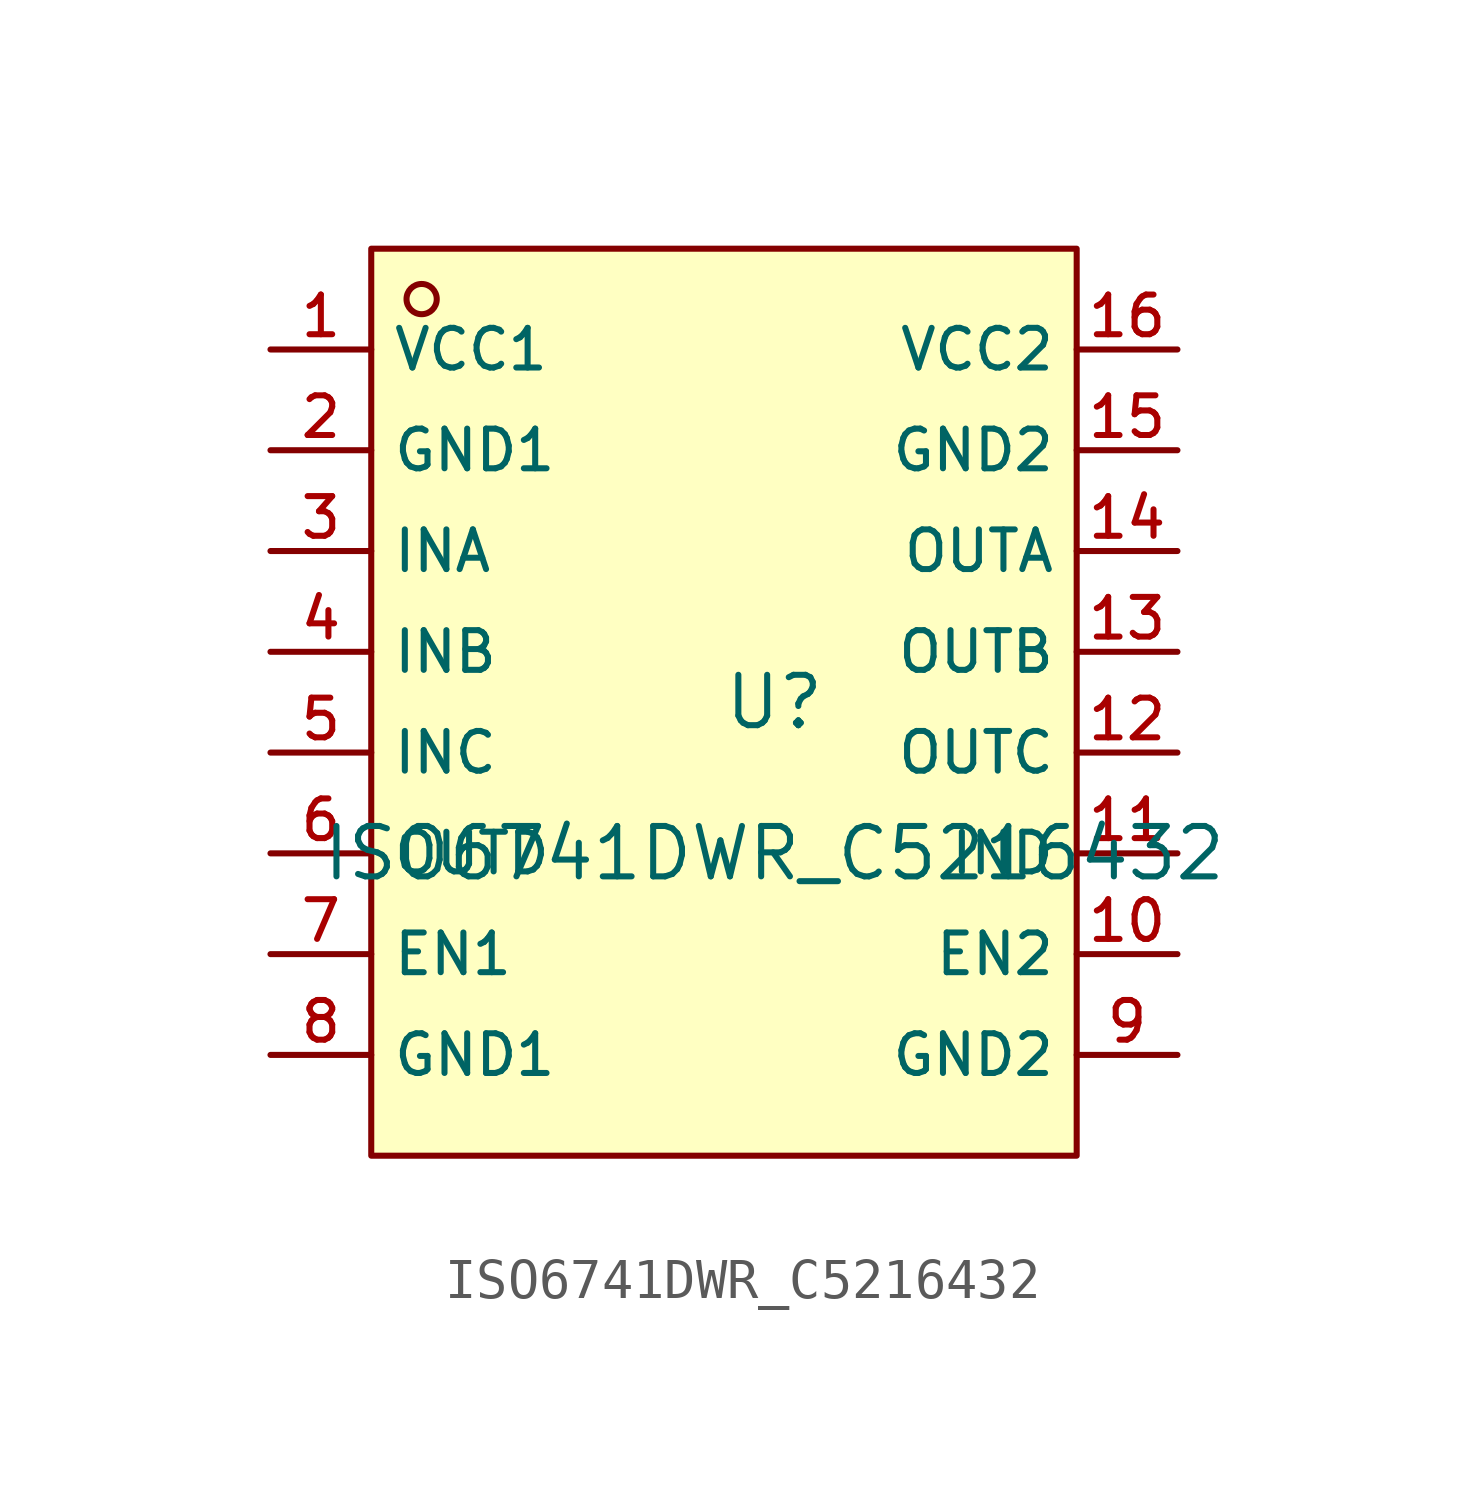
<source format=kicad_sym>
(kicad_symbol_lib
  (version 20210201)
  (generator TousstNicolas/JLC2KiCad_lib)
  (symbol "ISO6741DWR_C5216432"
    (property "Reference" "U"
      (at 0 1.27 0)
      (effects (font (size 1.27 1.27))))
    (property "Value" "ISO6741DWR_C5216432"
      (at 0 -2.54 0)
      (effects (font (size 1.27 1.27))))
    (symbol "ISO6741DWR_C5216432_0_1"
      (pin unspecified line (at 10.16 10.16 180) (length 2.54) (name "VCC2" (effects (font (size 1 1)))) (number "16" (effects (font (size 1 1)))))
      (pin unspecified line (at 10.16 7.62 180) (length 2.54) (name "GND2" (effects (font (size 1 1)))) (number "15" (effects (font (size 1 1)))))
      (pin unspecified line (at 10.16 5.08 180) (length 2.54) (name "OUTA" (effects (font (size 1 1)))) (number "14" (effects (font (size 1 1)))))
      (pin unspecified line (at 10.16 2.54 180) (length 2.54) (name "OUTB" (effects (font (size 1 1)))) (number "13" (effects (font (size 1 1)))))
      (pin unspecified line (at 10.16 -0.0 180) (length 2.54) (name "OUTC" (effects (font (size 1 1)))) (number "12" (effects (font (size 1 1)))))
      (pin unspecified line (at 10.16 -2.54 180) (length 2.54) (name "IND" (effects (font (size 1 1)))) (number "11" (effects (font (size 1 1)))))
      (pin unspecified line (at 10.16 -5.08 180) (length 2.54) (name "EN2" (effects (font (size 1 1)))) (number "10" (effects (font (size 1 1)))))
      (pin unspecified line (at 10.16 -7.62 180) (length 2.54) (name "GND2" (effects (font (size 1 1)))) (number "9" (effects (font (size 1 1)))))
      (pin unspecified line (at -12.7 -7.62 0) (length 2.54) (name "GND1" (effects (font (size 1 1)))) (number "8" (effects (font (size 1 1)))))
      (pin unspecified line (at -12.7 -5.08 0) (length 2.54) (name "EN1" (effects (font (size 1 1)))) (number "7" (effects (font (size 1 1)))))
      (pin unspecified line (at -12.7 -2.54 0) (length 2.54) (name "OUTD" (effects (font (size 1 1)))) (number "6" (effects (font (size 1 1)))))
      (pin unspecified line (at -12.7 -0.0 0) (length 2.54) (name "INC" (effects (font (size 1 1)))) (number "5" (effects (font (size 1 1)))))
      (pin unspecified line (at -12.7 2.54 0) (length 2.54) (name "INB" (effects (font (size 1 1)))) (number "4" (effects (font (size 1 1)))))
      (pin unspecified line (at -12.7 5.08 0) (length 2.54) (name "INA" (effects (font (size 1 1)))) (number "3" (effects (font (size 1 1)))))
      (pin unspecified line (at -12.7 7.62 0) (length 2.54) (name "GND1" (effects (font (size 1 1)))) (number "2" (effects (font (size 1 1)))))
      (pin unspecified line (at -12.7 10.16 0) (length 2.54) (name "VCC1" (effects (font (size 1 1)))) (number "1" (effects (font (size 1 1)))))
      (circle (center -8.89 11.43) (radius 0.381) (stroke (width 0) (type default) (color 0 0 0 0)) (fill (type background)))
      (rectangle (start -10.16 12.7) (end 7.62 -10.16) (stroke (width 0) (type default) (color 0 0 0 0)) (fill (type background))))))
</source>
